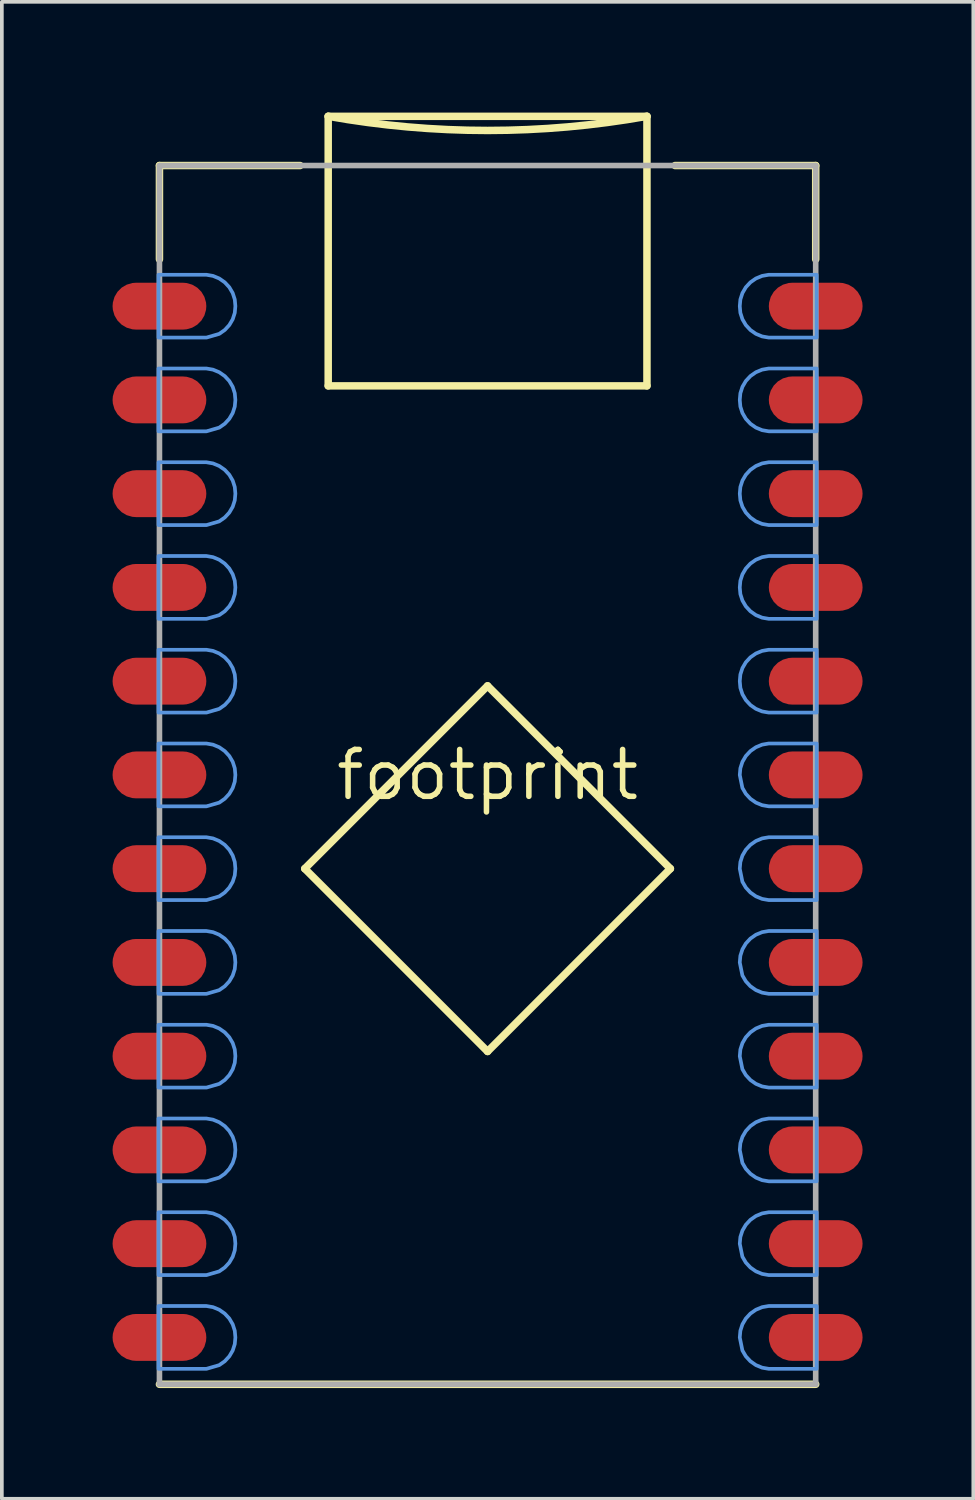
<source format=kicad_pcb>
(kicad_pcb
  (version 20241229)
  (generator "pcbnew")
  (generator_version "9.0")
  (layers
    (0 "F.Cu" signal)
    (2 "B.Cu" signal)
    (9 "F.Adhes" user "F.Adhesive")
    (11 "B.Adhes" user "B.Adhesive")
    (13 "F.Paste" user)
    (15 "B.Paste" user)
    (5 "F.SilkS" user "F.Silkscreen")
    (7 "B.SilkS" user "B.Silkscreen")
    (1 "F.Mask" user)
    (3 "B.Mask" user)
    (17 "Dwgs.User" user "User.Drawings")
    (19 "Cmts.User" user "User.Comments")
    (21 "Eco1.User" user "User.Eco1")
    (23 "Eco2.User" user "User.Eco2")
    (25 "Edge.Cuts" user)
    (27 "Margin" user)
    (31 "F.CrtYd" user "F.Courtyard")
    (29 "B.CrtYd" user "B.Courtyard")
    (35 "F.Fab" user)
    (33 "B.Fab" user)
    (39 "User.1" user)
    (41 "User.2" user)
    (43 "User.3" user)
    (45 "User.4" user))
  (footprint "footprint"
    (layer "F.Cu")
    (at 10.16 17.945)
    (property "Reference" "footprint" (at 0 0 0) (layer "F.SilkS") (effects (font (size 1.27 1.27) (thickness 0.15))))
    (fp_line (start -8.89 -16.51) (end -8.89 -13.97) (stroke (width 0.203) (type solid)) (layer "F.SilkS"))
    (fp_line (start -5.08 -16.51) (end -8.89 -16.51) (stroke (width 0.203) (type solid)) (layer "F.SilkS"))
    (fp_line (start -4.953 2.54) (end 0 7.493) (stroke (width 0.203) (type solid)) (layer "F.SilkS"))
    (fp_line (start -4.318 -17.843) (end 4.318 -17.843) (stroke (width 0.203) (type solid)) (layer "F.SilkS"))
    (fp_line (start -4.318 -10.541) (end -4.318 -17.843) (stroke (width 0.203) (type solid)) (layer "F.SilkS"))
    (fp_line (start 0 -2.413) (end -4.953 2.54) (stroke (width 0.203) (type solid)) (layer "F.SilkS"))
    (fp_line (start 0 7.493) (end 4.953 2.54) (stroke (width 0.203) (type solid)) (layer "F.SilkS"))
    (fp_line (start 4.318 -17.843) (end 4.318 -10.541) (stroke (width 0.203) (type solid)) (layer "F.SilkS"))
    (fp_line (start 4.318 -10.541) (end -4.318 -10.541) (stroke (width 0.203) (type solid)) (layer "F.SilkS"))
    (fp_line (start 4.953 2.54) (end 0 -2.413) (stroke (width 0.203) (type solid)) (layer "F.SilkS"))
    (fp_line (start 5.08 -16.51) (end 8.89 -16.51) (stroke (width 0.203) (type solid)) (layer "F.SilkS"))
    (fp_line (start 8.89 -16.51) (end 8.89 -13.97) (stroke (width 0.203) (type solid)) (layer "F.SilkS"))
    (fp_line (start 8.89 16.51) (end -8.89 16.51) (stroke (width 0.203) (type solid)) (layer "F.SilkS"))
    (fp_arc (start 4.318 -17.8435) (mid 0 -17.460445) (end -4.318 -17.8435) (stroke (width 0.2032) (type solid)) (layer "F.SilkS"))
    (fp_poly (pts (xy -7.439 -13.52) (xy -7.27 -13.45) (xy -7.121 -13.346) (xy -6.997 -13.212) (xy -6.905 -13.055) (xy -6.849 -12.881) (xy -6.833 -12.701) (xy -6.833 -12.699) (xy -6.849 -12.519) (xy -6.905 -12.345) (xy -6.997 -12.188) (xy -7.121 -12.054) (xy -7.271 -11.949) (xy -7.616 -11.849) (xy -8.915 -11.849) (xy -8.915 -13.551) (xy -7.618 -13.551)) (stroke (width 0.1) (type solid)) (fill no) (layer "Cmts.User"))
    (fp_poly (pts (xy -7.439 -10.98) (xy -7.27 -10.91) (xy -7.121 -10.806) (xy -6.997 -10.672) (xy -6.905 -10.515) (xy -6.849 -10.341) (xy -6.833 -10.161) (xy -6.833 -10.159) (xy -6.849 -9.979) (xy -6.905 -9.805) (xy -6.997 -9.648) (xy -7.121 -9.514) (xy -7.271 -9.409) (xy -7.616 -9.309) (xy -8.915 -9.309) (xy -8.915 -11.011) (xy -7.618 -11.011)) (stroke (width 0.1) (type solid)) (fill no) (layer "Cmts.User"))
    (fp_poly (pts (xy -7.439 -8.44) (xy -7.27 -8.37) (xy -7.121 -8.266) (xy -6.997 -8.132) (xy -6.905 -7.975) (xy -6.849 -7.801) (xy -6.833 -7.621) (xy -6.833 -7.619) (xy -6.849 -7.439) (xy -6.905 -7.265) (xy -6.997 -7.108) (xy -7.121 -6.974) (xy -7.271 -6.869) (xy -7.616 -6.769) (xy -8.915 -6.769) (xy -8.915 -8.471) (xy -7.618 -8.471)) (stroke (width 0.1) (type solid)) (fill no) (layer "Cmts.User"))
    (fp_poly (pts (xy -7.439 -5.9) (xy -7.27 -5.83) (xy -7.121 -5.726) (xy -6.997 -5.592) (xy -6.905 -5.435) (xy -6.849 -5.261) (xy -6.833 -5.081) (xy -6.833 -5.079) (xy -6.849 -4.899) (xy -6.905 -4.725) (xy -6.997 -4.568) (xy -7.121 -4.434) (xy -7.271 -4.329) (xy -7.616 -4.229) (xy -8.915 -4.229) (xy -8.915 -5.931) (xy -7.618 -5.931)) (stroke (width 0.1) (type solid)) (fill no) (layer "Cmts.User"))
    (fp_poly (pts (xy -7.439 -3.36) (xy -7.27 -3.29) (xy -7.121 -3.186) (xy -6.997 -3.052) (xy -6.905 -2.895) (xy -6.849 -2.721) (xy -6.833 -2.541) (xy -6.833 -2.539) (xy -6.849 -2.359) (xy -6.905 -2.185) (xy -6.997 -2.028) (xy -7.121 -1.894) (xy -7.271 -1.789) (xy -7.616 -1.689) (xy -8.915 -1.689) (xy -8.915 -3.391) (xy -7.618 -3.391)) (stroke (width 0.1) (type solid)) (fill no) (layer "Cmts.User"))
    (fp_poly (pts (xy -7.439 -0.82) (xy -7.27 -0.75) (xy -7.121 -0.646) (xy -6.997 -0.512) (xy -6.905 -0.355) (xy -6.849 -0.181) (xy -6.833 -0.001) (xy -6.833 0.001) (xy -6.849 0.181) (xy -6.905 0.355) (xy -6.997 0.512) (xy -7.121 0.646) (xy -7.271 0.751) (xy -7.616 0.851) (xy -8.915 0.851) (xy -8.915 -0.851) (xy -7.618 -0.851)) (stroke (width 0.1) (type solid)) (fill no) (layer "Cmts.User"))
    (fp_poly (pts (xy -7.439 1.72) (xy -7.27 1.79) (xy -7.121 1.894) (xy -6.997 2.028) (xy -6.905 2.185) (xy -6.849 2.359) (xy -6.833 2.539) (xy -6.833 2.541) (xy -6.849 2.721) (xy -6.905 2.895) (xy -6.997 3.052) (xy -7.121 3.186) (xy -7.271 3.291) (xy -7.616 3.391) (xy -8.915 3.391) (xy -8.915 1.689) (xy -7.618 1.689)) (stroke (width 0.1) (type solid)) (fill no) (layer "Cmts.User"))
    (fp_poly (pts (xy -7.439 4.26) (xy -7.27 4.33) (xy -7.121 4.434) (xy -6.997 4.568) (xy -6.905 4.725) (xy -6.849 4.899) (xy -6.833 5.079) (xy -6.833 5.081) (xy -6.849 5.261) (xy -6.905 5.435) (xy -6.997 5.592) (xy -7.121 5.726) (xy -7.271 5.831) (xy -7.616 5.931) (xy -8.915 5.931) (xy -8.915 4.229) (xy -7.618 4.229)) (stroke (width 0.1) (type solid)) (fill no) (layer "Cmts.User"))
    (fp_poly (pts (xy -7.439 6.8) (xy -7.27 6.87) (xy -7.121 6.974) (xy -6.997 7.108) (xy -6.905 7.265) (xy -6.849 7.439) (xy -6.833 7.619) (xy -6.833 7.621) (xy -6.849 7.801) (xy -6.905 7.975) (xy -6.997 8.132) (xy -7.121 8.266) (xy -7.271 8.371) (xy -7.616 8.471) (xy -8.915 8.471) (xy -8.915 6.769) (xy -7.618 6.769)) (stroke (width 0.1) (type solid)) (fill no) (layer "Cmts.User"))
    (fp_poly (pts (xy -7.439 9.34) (xy -7.27 9.41) (xy -7.121 9.514) (xy -6.997 9.648) (xy -6.905 9.805) (xy -6.849 9.979) (xy -6.833 10.159) (xy -6.833 10.161) (xy -6.849 10.341) (xy -6.905 10.515) (xy -6.997 10.672) (xy -7.121 10.806) (xy -7.271 10.911) (xy -7.616 11.011) (xy -8.915 11.011) (xy -8.915 9.309) (xy -7.618 9.309)) (stroke (width 0.1) (type solid)) (fill no) (layer "Cmts.User"))
    (fp_poly (pts (xy -7.439 11.88) (xy -7.27 11.95) (xy -7.121 12.054) (xy -6.997 12.188) (xy -6.905 12.345) (xy -6.849 12.519) (xy -6.833 12.699) (xy -6.833 12.701) (xy -6.849 12.881) (xy -6.905 13.055) (xy -6.997 13.212) (xy -7.121 13.346) (xy -7.271 13.451) (xy -7.616 13.551) (xy -8.915 13.551) (xy -8.915 11.849) (xy -7.618 11.849)) (stroke (width 0.1) (type solid)) (fill no) (layer "Cmts.User"))
    (fp_poly (pts (xy -7.439 14.42) (xy -7.27 14.49) (xy -7.121 14.594) (xy -6.997 14.728) (xy -6.905 14.885) (xy -6.849 15.059) (xy -6.833 15.239) (xy -6.833 15.241) (xy -6.849 15.421) (xy -6.905 15.595) (xy -6.997 15.752) (xy -7.121 15.886) (xy -7.271 15.991) (xy -7.616 16.091) (xy -8.915 16.091) (xy -8.915 14.389) (xy -7.618 14.389)) (stroke (width 0.1) (type solid)) (fill no) (layer "Cmts.User"))
    (fp_poly (pts (xy 8.915 0.851) (xy 7.618 0.851) (xy 7.439 0.82) (xy 7.27 0.75) (xy 7.121 0.646) (xy 6.997 0.512) (xy 6.904 0.353) (xy 6.833 0.003) (xy 6.833 -0.001) (xy 6.849 -0.181) (xy 6.905 -0.355) (xy 6.997 -0.512) (xy 7.121 -0.646) (xy 7.27 -0.75) (xy 7.439 -0.82) (xy 7.618 -0.851) (xy 8.915 -0.851)) (stroke (width 0.1) (type solid)) (fill no) (layer "Cmts.User"))
    (fp_poly (pts (xy 8.915 3.391) (xy 7.618 3.391) (xy 7.439 3.36) (xy 7.27 3.29) (xy 7.121 3.186) (xy 6.997 3.052) (xy 6.904 2.893) (xy 6.833 2.543) (xy 6.833 2.539) (xy 6.849 2.359) (xy 6.905 2.185) (xy 6.997 2.028) (xy 7.121 1.894) (xy 7.27 1.79) (xy 7.439 1.72) (xy 7.618 1.689) (xy 8.915 1.689)) (stroke (width 0.1) (type solid)) (fill no) (layer "Cmts.User"))
    (fp_poly (pts (xy 8.915 5.931) (xy 7.618 5.931) (xy 7.439 5.9) (xy 7.27 5.83) (xy 7.121 5.726) (xy 6.997 5.592) (xy 6.904 5.433) (xy 6.833 5.083) (xy 6.833 5.079) (xy 6.849 4.899) (xy 6.905 4.725) (xy 6.997 4.568) (xy 7.121 4.434) (xy 7.27 4.33) (xy 7.439 4.26) (xy 7.618 4.229) (xy 8.915 4.229)) (stroke (width 0.1) (type solid)) (fill no) (layer "Cmts.User"))
    (fp_poly (pts (xy 8.915 8.471) (xy 7.618 8.471) (xy 7.439 8.44) (xy 7.27 8.37) (xy 7.121 8.266) (xy 6.997 8.132) (xy 6.904 7.973) (xy 6.833 7.623) (xy 6.833 7.619) (xy 6.849 7.439) (xy 6.905 7.265) (xy 6.997 7.108) (xy 7.121 6.974) (xy 7.27 6.87) (xy 7.439 6.8) (xy 7.618 6.769) (xy 8.915 6.769)) (stroke (width 0.1) (type solid)) (fill no) (layer "Cmts.User"))
    (fp_poly (pts (xy 8.915 11.011) (xy 7.618 11.011) (xy 7.439 10.98) (xy 7.27 10.91) (xy 7.121 10.806) (xy 6.997 10.672) (xy 6.904 10.513) (xy 6.833 10.163) (xy 6.833 10.159) (xy 6.849 9.979) (xy 6.905 9.805) (xy 6.997 9.648) (xy 7.121 9.514) (xy 7.27 9.41) (xy 7.439 9.34) (xy 7.618 9.309) (xy 8.915 9.309)) (stroke (width 0.1) (type solid)) (fill no) (layer "Cmts.User"))
    (fp_poly (pts (xy 8.915 13.551) (xy 7.618 13.551) (xy 7.439 13.52) (xy 7.27 13.45) (xy 7.121 13.346) (xy 6.997 13.212) (xy 6.904 13.053) (xy 6.833 12.703) (xy 6.833 12.699) (xy 6.849 12.519) (xy 6.905 12.345) (xy 6.997 12.188) (xy 7.121 12.054) (xy 7.27 11.95) (xy 7.439 11.88) (xy 7.618 11.849) (xy 8.915 11.849)) (stroke (width 0.1) (type solid)) (fill no) (layer "Cmts.User"))
    (fp_poly (pts (xy 8.915 16.091) (xy 7.618 16.091) (xy 7.439 16.06) (xy 7.27 15.99) (xy 7.121 15.886) (xy 6.997 15.752) (xy 6.904 15.593) (xy 6.833 15.243) (xy 6.833 15.239) (xy 6.849 15.059) (xy 6.905 14.885) (xy 6.997 14.728) (xy 7.121 14.594) (xy 7.27 14.49) (xy 7.439 14.42) (xy 7.618 14.389) (xy 8.915 14.389)) (stroke (width 0.1) (type solid)) (fill no) (layer "Cmts.User"))
    (fp_poly (pts (xy 8.915 -11.849) (xy 7.618 -11.849) (xy 7.439 -11.88) (xy 7.27 -11.95) (xy 7.121 -12.054) (xy 6.997 -12.188) (xy 6.905 -12.345) (xy 6.849 -12.519) (xy 6.833 -12.699) (xy 6.833 -12.701) (xy 6.849 -12.881) (xy 6.905 -13.055) (xy 6.997 -13.212) (xy 7.121 -13.346) (xy 7.27 -13.45) (xy 7.439 -13.52) (xy 7.618 -13.551) (xy 8.915 -13.551)) (stroke (width 0.1) (type solid)) (fill no) (layer "Cmts.User"))
    (fp_poly (pts (xy 8.915 -9.309) (xy 7.618 -9.309) (xy 7.439 -9.34) (xy 7.27 -9.41) (xy 7.121 -9.514) (xy 6.997 -9.648) (xy 6.905 -9.805) (xy 6.849 -9.979) (xy 6.833 -10.159) (xy 6.833 -10.161) (xy 6.849 -10.341) (xy 6.905 -10.515) (xy 6.997 -10.672) (xy 7.121 -10.806) (xy 7.27 -10.91) (xy 7.439 -10.98) (xy 7.618 -11.011) (xy 8.915 -11.011)) (stroke (width 0.1) (type solid)) (fill no) (layer "Cmts.User"))
    (fp_poly (pts (xy 8.915 -6.769) (xy 7.618 -6.769) (xy 7.439 -6.8) (xy 7.27 -6.87) (xy 7.121 -6.974) (xy 6.997 -7.108) (xy 6.905 -7.265) (xy 6.849 -7.439) (xy 6.833 -7.619) (xy 6.833 -7.621) (xy 6.849 -7.801) (xy 6.905 -7.975) (xy 6.997 -8.132) (xy 7.121 -8.266) (xy 7.27 -8.37) (xy 7.439 -8.44) (xy 7.618 -8.471) (xy 8.915 -8.471)) (stroke (width 0.1) (type solid)) (fill no) (layer "Cmts.User"))
    (fp_poly (pts (xy 8.915 -4.229) (xy 7.618 -4.229) (xy 7.439 -4.26) (xy 7.27 -4.33) (xy 7.121 -4.434) (xy 6.997 -4.568) (xy 6.905 -4.725) (xy 6.849 -4.899) (xy 6.833 -5.079) (xy 6.833 -5.081) (xy 6.849 -5.261) (xy 6.905 -5.435) (xy 6.997 -5.592) (xy 7.121 -5.726) (xy 7.27 -5.83) (xy 7.439 -5.9) (xy 7.618 -5.931) (xy 8.915 -5.931)) (stroke (width 0.1) (type solid)) (fill no) (layer "Cmts.User"))
    (fp_poly (pts (xy 8.915 -1.689) (xy 7.618 -1.689) (xy 7.439 -1.72) (xy 7.27 -1.79) (xy 7.121 -1.894) (xy 6.997 -2.028) (xy 6.905 -2.185) (xy 6.849 -2.359) (xy 6.833 -2.539) (xy 6.833 -2.541) (xy 6.849 -2.721) (xy 6.905 -2.895) (xy 6.997 -3.052) (xy 7.121 -3.186) (xy 7.27 -3.29) (xy 7.439 -3.36) (xy 7.618 -3.391) (xy 8.915 -3.391)) (stroke (width 0.1) (type solid)) (fill no) (layer "Cmts.User"))
    (fp_line (start -8.89 -16.51) (end -8.89 16.51) (stroke (width 0.152) (type solid)) (layer "F.Fab"))
    (fp_line (start -8.89 16.51) (end 8.89 16.51) (stroke (width 0.152) (type solid)) (layer "F.Fab"))
    (fp_line (start 8.89 -16.51) (end -8.89 -16.51) (stroke (width 0.152) (type solid)) (layer "F.Fab"))
    (fp_line (start 8.89 16.51) (end 8.89 -16.51) (stroke (width 0.152) (type solid)) (layer "F.Fab"))
    (pad "1" smd roundrect (at -8.89 -12.7) (size 2.54 1.27) (layers "F.Cu" "F.Mask" "F.Paste") (roundrect_rratio 0.5))
    (pad "2" smd roundrect (at -8.89 -10.16) (size 2.54 1.27) (layers "F.Cu" "F.Mask" "F.Paste") (roundrect_rratio 0.5))
    (pad "3" smd roundrect (at -8.89 -7.62) (size 2.54 1.27) (layers "F.Cu" "F.Mask" "F.Paste") (roundrect_rratio 0.5))
    (pad "4" smd roundrect (at -8.89 -5.08) (size 2.54 1.27) (layers "F.Cu" "F.Mask" "F.Paste") (roundrect_rratio 0.5))
    (pad "5" smd roundrect (at -8.89 -2.54) (size 2.54 1.27) (layers "F.Cu" "F.Mask" "F.Paste") (roundrect_rratio 0.5))
    (pad "6" smd roundrect (at -8.89 0) (size 2.54 1.27) (layers "F.Cu" "F.Mask" "F.Paste") (roundrect_rratio 0.5))
    (pad "7" smd roundrect (at -8.89 2.54) (size 2.54 1.27) (layers "F.Cu" "F.Mask" "F.Paste") (roundrect_rratio 0.5))
    (pad "8" smd roundrect (at -8.89 5.08) (size 2.54 1.27) (layers "F.Cu" "F.Mask" "F.Paste") (roundrect_rratio 0.5))
    (pad "9" smd roundrect (at -8.89 7.62) (size 2.54 1.27) (layers "F.Cu" "F.Mask" "F.Paste") (roundrect_rratio 0.5))
    (pad "10" smd roundrect (at -8.89 10.16) (size 2.54 1.27) (layers "F.Cu" "F.Mask" "F.Paste") (roundrect_rratio 0.5))
    (pad "11" smd roundrect (at -8.89 12.7) (size 2.54 1.27) (layers "F.Cu" "F.Mask" "F.Paste") (roundrect_rratio 0.5))
    (pad "12" smd roundrect (at -8.89 15.24) (size 2.54 1.27) (layers "F.Cu" "F.Mask" "F.Paste") (roundrect_rratio 0.5))
    (pad "13" smd roundrect (at 8.89 15.24) (size 2.54 1.27) (layers "F.Cu" "F.Mask" "F.Paste") (roundrect_rratio 0.5))
    (pad "14" smd roundrect (at 8.89 12.7) (size 2.54 1.27) (layers "F.Cu" "F.Mask" "F.Paste") (roundrect_rratio 0.5))
    (pad "15" smd roundrect (at 8.89 10.16) (size 2.54 1.27) (layers "F.Cu" "F.Mask" "F.Paste") (roundrect_rratio 0.5))
    (pad "16" smd roundrect (at 8.89 7.62) (size 2.54 1.27) (layers "F.Cu" "F.Mask" "F.Paste") (roundrect_rratio 0.5))
    (pad "17" smd roundrect (at 8.89 5.08) (size 2.54 1.27) (layers "F.Cu" "F.Mask" "F.Paste") (roundrect_rratio 0.5))
    (pad "18" smd roundrect (at 8.89 2.54) (size 2.54 1.27) (layers "F.Cu" "F.Mask" "F.Paste") (roundrect_rratio 0.5))
    (pad "19" smd roundrect (at 8.89 0) (size 2.54 1.27) (layers "F.Cu" "F.Mask" "F.Paste") (roundrect_rratio 0.5))
    (pad "20" smd roundrect (at 8.89 -2.54) (size 2.54 1.27) (layers "F.Cu" "F.Mask" "F.Paste") (roundrect_rratio 0.5))
    (pad "21" smd roundrect (at 8.89 -5.08) (size 2.54 1.27) (layers "F.Cu" "F.Mask" "F.Paste") (roundrect_rratio 0.5))
    (pad "22" smd roundrect (at 8.89 -7.62) (size 2.54 1.27) (layers "F.Cu" "F.Mask" "F.Paste") (roundrect_rratio 0.5))
    (pad "23" smd roundrect (at 8.89 -10.16) (size 2.54 1.27) (layers "F.Cu" "F.Mask" "F.Paste") (roundrect_rratio 0.5))
    (pad "24" smd roundrect (at 8.89 -12.7) (size 2.54 1.27) (layers "F.Cu" "F.Mask" "F.Paste") (roundrect_rratio 0.5)))
  (gr_rect
    (start -3 -3)
    (end 23.32 37.557)
    (stroke (width 0.1) (type default))
    (fill no)
    (layer "Edge.Cuts")))
</source>
